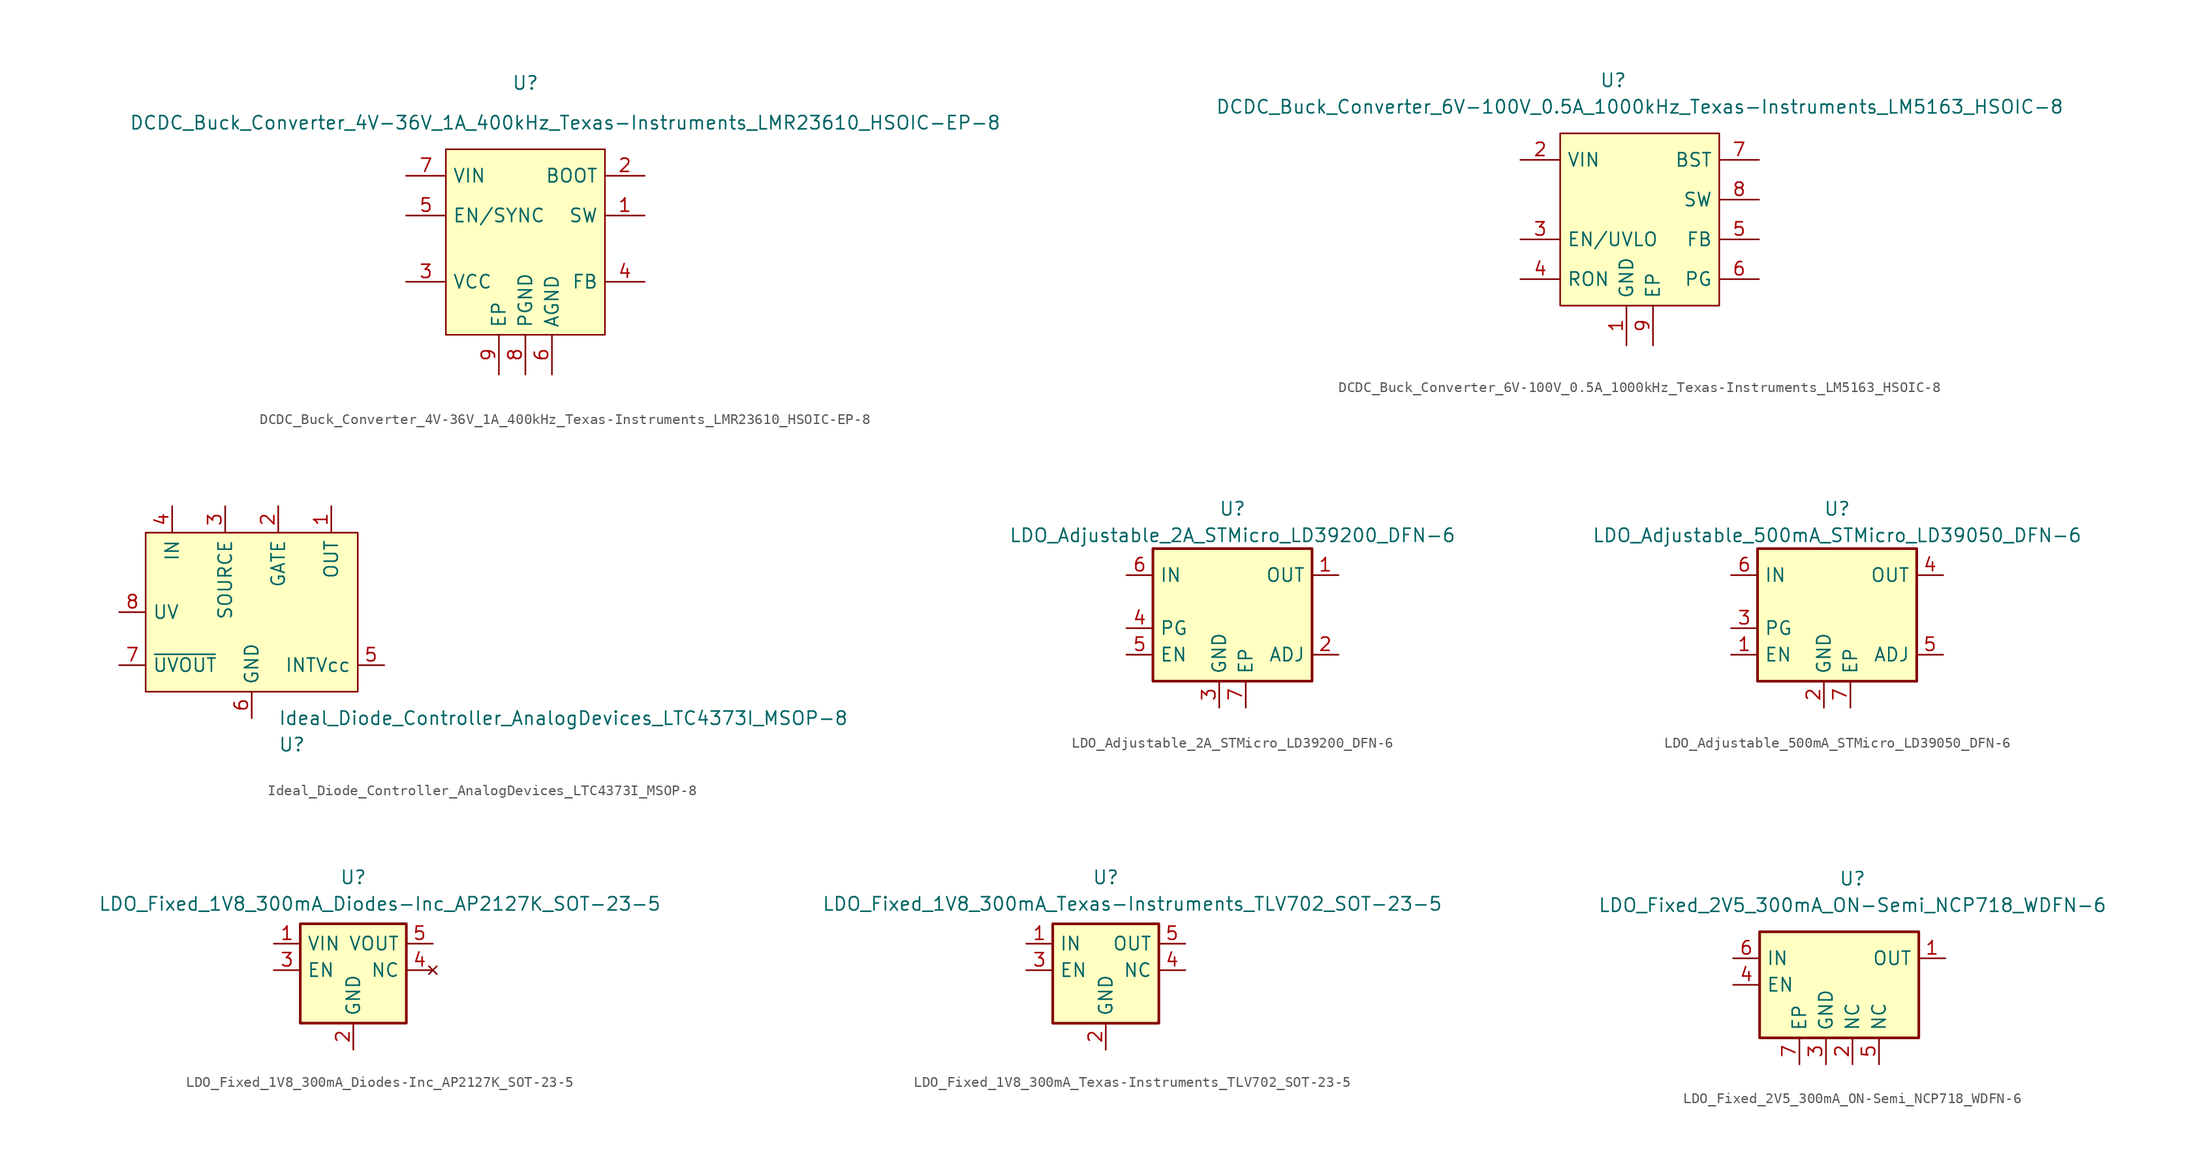
<source format=kicad_sym>
(kicad_symbol_lib
  (version 20220914)
  (generator kicad_symbol_editor)
  (symbol "DCDC_Buck_Converter_4V-36V_1A_400kHz_Texas-Instruments_LMR23610_HSOIC-EP-8"
    (pin_names
      (offset 0.635))
    (property "Reference" "U"
      (at 0 15.24 0)
      (effects (font (size 1.27 1.27))))
    (property "Value" "DCDC_Buck_Converter_4V-36V_1A_400kHz_Texas-Instruments_LMR23610_HSOIC-EP-8"
      (at 3.81 11.43 0)
      (effects (font (size 1.27 1.27))))
    (symbol "DCDC_Buck_Converter_4V-36V_1A_400kHz_Texas-Instruments_LMR23610_HSOIC-EP-8_1_1"
      (rectangle (start -7.62 8.89) (end 7.62 -8.89) (stroke (width 0) (type default)) (fill (type background)))
      (pin output line (at 11.43 2.54 180) (length 3.81) (name "SW" (effects (font (size 1.27 1.27)))) (number "1" (effects (font (size 1.27 1.27)))))
      (pin passive line (at 11.43 6.35 180) (length 3.81) (name "BOOT" (effects (font (size 1.27 1.27)))) (number "2" (effects (font (size 1.27 1.27)))))
      (pin power_out line (at -11.43 -3.81 0) (length 3.81) (name "VCC" (effects (font (size 1.27 1.27)))) (number "3" (effects (font (size 1.27 1.27)))))
      (pin input line (at 11.43 -3.81 180) (length 3.81) (name "FB" (effects (font (size 1.27 1.27)))) (number "4" (effects (font (size 1.27 1.27)))))
      (pin input line (at -11.43 2.54 0) (length 3.81) (name "EN/SYNC" (effects (font (size 1.27 1.27)))) (number "5" (effects (font (size 1.27 1.27)))))
      (pin power_in line (at 2.54 -12.7 90) (length 3.81) (name "AGND" (effects (font (size 1.27 1.27)))) (number "6" (effects (font (size 1.27 1.27)))))
      (pin power_in line (at -11.43 6.35 0) (length 3.81) (name "VIN" (effects (font (size 1.27 1.27)))) (number "7" (effects (font (size 1.27 1.27)))))
      (pin power_in line (at 0 -12.7 90) (length 3.81) (name "PGND" (effects (font (size 1.27 1.27)))) (number "8" (effects (font (size 1.27 1.27)))))
      (pin power_in line (at -2.54 -12.7 90) (length 3.81) (name "EP" (effects (font (size 1.27 1.27)))) (number "9" (effects (font (size 1.27 1.27)))))))
  (symbol "DCDC_Buck_Converter_6V-100V_0.5A_1000kHz_Texas-Instruments_LM5163_HSOIC-8"
    (pin_names
      (offset 0.635))
    (property "Reference" "U"
      (at -2.54 13.97 0)
      (effects (font (size 1.27 1.27))))
    (property "Value" "DCDC_Buck_Converter_6V-100V_0.5A_1000kHz_Texas-Instruments_LM5163_HSOIC-8"
      (at 0 11.43 0)
      (effects (font (size 1.27 1.27))))
    (symbol "DCDC_Buck_Converter_6V-100V_0.5A_1000kHz_Texas-Instruments_LM5163_HSOIC-8_0_0"
      (pin power_in line (at -1.27 -11.43 90) (length 3.81) (name "GND" (effects (font (size 1.27 1.27)))) (number "1" (effects (font (size 1.27 1.27)))))
      (pin power_in line (at -11.43 6.35 0) (length 3.81) (name "VIN" (effects (font (size 1.27 1.27)))) (number "2" (effects (font (size 1.27 1.27)))))
      (pin input line (at -11.43 -1.27 0) (length 3.81) (name "EN/UVLO" (effects (font (size 1.27 1.27)))) (number "3" (effects (font (size 1.27 1.27)))))
      (pin input line (at -11.43 -5.08 0) (length 3.81) (name "RON" (effects (font (size 1.27 1.27)))) (number "4" (effects (font (size 1.27 1.27)))))
      (pin input line (at 11.43 -1.27 180) (length 3.81) (name "FB" (effects (font (size 1.27 1.27)))) (number "5" (effects (font (size 1.27 1.27)))))
      (pin open_collector line (at 11.43 -5.08 180) (length 3.81) (name "PG" (effects (font (size 1.27 1.27)))) (number "6" (effects (font (size 1.27 1.27)))))
      (pin power_out line (at 11.43 6.35 180) (length 3.81) (name "BST" (effects (font (size 1.27 1.27)))) (number "7" (effects (font (size 1.27 1.27)))))
      (pin output line (at 11.43 2.54 180) (length 3.81) (name "SW" (effects (font (size 1.27 1.27)))) (number "8" (effects (font (size 1.27 1.27)))))
      (pin passive line (at 1.27 -11.43 90) (length 3.81) (name "EP" (effects (font (size 1.27 1.27)))) (number "9" (effects (font (size 1.27 1.27))))))
    (symbol "DCDC_Buck_Converter_6V-100V_0.5A_1000kHz_Texas-Instruments_LM5163_HSOIC-8_0_1"
      (rectangle (start -7.62 8.89) (end 7.62 -7.62) (stroke (width 0) (type default)) (fill (type background)))))
  (symbol "Ideal_Diode_Controller_AnalogDevices_LTC4373I_MSOP-8"
    (pin_names
      (offset 0.635))
    (property "Reference" "U"
      (at 2.54 -12.7 0)
      (effects (font (size 1.27 1.27)) (justify left)))
    (property "Value" "Ideal_Diode_Controller_AnalogDevices_LTC4373I_MSOP-8"
      (at 2.54 -10.16 0)
      (effects (font (size 1.27 1.27)) (justify left)))
    (symbol "Ideal_Diode_Controller_AnalogDevices_LTC4373I_MSOP-8_0_0"
      (pin input line (at 7.62 10.16 270) (length 2.54) (name "OUT" (effects (font (size 1.27 1.27)))) (number "1" (effects (font (size 1.27 1.27)))))
      (pin output line (at 2.54 10.16 270) (length 2.54) (name "GATE" (effects (font (size 1.27 1.27)))) (number "2" (effects (font (size 1.27 1.27)))))
      (pin input line (at -2.54 10.16 270) (length 2.54) (name "SOURCE" (effects (font (size 1.27 1.27)))) (number "3" (effects (font (size 1.27 1.27)))))
      (pin power_in line (at -7.62 10.16 270) (length 2.54) (name "IN" (effects (font (size 1.27 1.27)))) (number "4" (effects (font (size 1.27 1.27)))))
      (pin power_out line (at 12.7 -5.08 180) (length 2.54) (name "INTVcc" (effects (font (size 1.27 1.27)))) (number "5" (effects (font (size 1.27 1.27)))))
      (pin power_in line (at 0 -10.16 90) (length 2.54) (name "GND" (effects (font (size 1.27 1.27)))) (number "6" (effects (font (size 1.27 1.27)))))
      (pin open_collector line (at -12.7 -5.08 0) (length 2.54) (name "~{UVOUT}" (effects (font (size 1.27 1.27)))) (number "7" (effects (font (size 1.27 1.27)))))
      (pin input line (at -12.7 0 0) (length 2.54) (name "UV" (effects (font (size 1.27 1.27)))) (number "8" (effects (font (size 1.27 1.27))))))
    (symbol "Ideal_Diode_Controller_AnalogDevices_LTC4373I_MSOP-8_1_1"
      (rectangle (start -10.16 7.62) (end 10.16 -7.62) (stroke (width 0) (type default)) (fill (type background)))))
  (symbol "LDO_Adjustable_2A_STMicro_LD39200_DFN-6"
    (pin_names
      (offset 0.635))
    (property "Reference" "U"
      (at 0 10.16 0)
      (effects (font (size 1.27 1.27))))
    (property "Value" "LDO_Adjustable_2A_STMicro_LD39200_DFN-6"
      (at 0 7.62 0)
      (effects (font (size 1.27 1.27))))
    (symbol "LDO_Adjustable_2A_STMicro_LD39200_DFN-6_0_0"
      (pin output line (at -10.16 -1.27 0) (length 2.54) (name "PG" (effects (font (size 1.27 1.27)))) (number "4" (effects (font (size 1.27 1.27)))))
      (pin power_in line (at 1.27 -8.89 90) (length 2.54) (name "EP" (effects (font (size 1.27 1.27)))) (number "7" (effects (font (size 1.27 1.27))))))
    (symbol "LDO_Adjustable_2A_STMicro_LD39200_DFN-6_0_1"
      (rectangle (start 7.62 -6.35) (end -7.62 6.35) (stroke (width 0.254) (type default)) (fill (type background))))
    (symbol "LDO_Adjustable_2A_STMicro_LD39200_DFN-6_1_1"
      (pin power_out line (at 10.16 3.81 180) (length 2.54) (name "OUT" (effects (font (size 1.27 1.27)))) (number "1" (effects (font (size 1.27 1.27)))))
      (pin input line (at 10.16 -3.81 180) (length 2.54) (name "ADJ" (effects (font (size 1.27 1.27)))) (number "2" (effects (font (size 1.27 1.27)))))
      (pin power_in line (at -1.27 -8.89 90) (length 2.54) (name "GND" (effects (font (size 1.27 1.27)))) (number "3" (effects (font (size 1.27 1.27)))))
      (pin input line (at -10.16 -3.81 0) (length 2.54) (name "EN" (effects (font (size 1.27 1.27)))) (number "5" (effects (font (size 1.27 1.27)))))
      (pin power_in line (at -10.16 3.81 0) (length 2.54) (name "IN" (effects (font (size 1.27 1.27)))) (number "6" (effects (font (size 1.27 1.27)))))))
  (symbol "LDO_Adjustable_500mA_STMicro_LD39050_DFN-6"
    (pin_names
      (offset 0.635))
    (property "Reference" "U"
      (at 0 10.16 0)
      (effects (font (size 1.27 1.27))))
    (property "Value" "LDO_Adjustable_500mA_STMicro_LD39050_DFN-6"
      (at 0 7.62 0)
      (effects (font (size 1.27 1.27))))
    (symbol "LDO_Adjustable_500mA_STMicro_LD39050_DFN-6_0_0"
      (pin output line (at -10.16 -1.27 0) (length 2.54) (name "PG" (effects (font (size 1.27 1.27)))) (number "3" (effects (font (size 1.27 1.27)))))
      (pin power_in line (at 1.27 -8.89 90) (length 2.54) (name "EP" (effects (font (size 1.27 1.27)))) (number "7" (effects (font (size 1.27 1.27))))))
    (symbol "LDO_Adjustable_500mA_STMicro_LD39050_DFN-6_0_1"
      (rectangle (start 7.62 -6.35) (end -7.62 6.35) (stroke (width 0.254) (type default)) (fill (type background))))
    (symbol "LDO_Adjustable_500mA_STMicro_LD39050_DFN-6_1_1"
      (pin input line (at -10.16 -3.81 0) (length 2.54) (name "EN" (effects (font (size 1.27 1.27)))) (number "1" (effects (font (size 1.27 1.27)))))
      (pin power_in line (at -1.27 -8.89 90) (length 2.54) (name "GND" (effects (font (size 1.27 1.27)))) (number "2" (effects (font (size 1.27 1.27)))))
      (pin power_out line (at 10.16 3.81 180) (length 2.54) (name "OUT" (effects (font (size 1.27 1.27)))) (number "4" (effects (font (size 1.27 1.27)))))
      (pin input line (at 10.16 -3.81 180) (length 2.54) (name "ADJ" (effects (font (size 1.27 1.27)))) (number "5" (effects (font (size 1.27 1.27)))))
      (pin power_in line (at -10.16 3.81 0) (length 2.54) (name "IN" (effects (font (size 1.27 1.27)))) (number "6" (effects (font (size 1.27 1.27)))))))
  (symbol "LDO_Fixed_1V8_300mA_Diodes-Inc_AP2127K_SOT-23-5"
    (pin_names
      (offset 0.635))
    (property "Reference" "U"
      (at 0 8.89 0)
      (effects (font (size 1.27 1.27))))
    (property "Value" "LDO_Fixed_1V8_300mA_Diodes-Inc_AP2127K_SOT-23-5"
      (at 2.54 6.35 0)
      (effects (font (size 1.27 1.27))))
    (symbol "LDO_Fixed_1V8_300mA_Diodes-Inc_AP2127K_SOT-23-5_1_1"
      (rectangle (start -5.08 4.445) (end 5.08 -5.08) (stroke (width 0.254) (type default)) (fill (type background)))
      (pin power_in line (at -7.62 2.54 0) (length 2.54) (name "VIN" (effects (font (size 1.27 1.27)))) (number "1" (effects (font (size 1.27 1.27)))))
      (pin power_in line (at 0 -7.62 90) (length 2.54) (name "GND" (effects (font (size 1.27 1.27)))) (number "2" (effects (font (size 1.27 1.27)))))
      (pin input line (at -7.62 0 0) (length 2.54) (name "EN" (effects (font (size 1.27 1.27)))) (number "3" (effects (font (size 1.27 1.27)))))
      (pin no_connect line (at 7.62 0 180) (length 2.54) (name "NC" (effects (font (size 1.27 1.27)))) (number "4" (effects (font (size 1.27 1.27)))))
      (pin power_out line (at 7.62 2.54 180) (length 2.54) (name "VOUT" (effects (font (size 1.27 1.27)))) (number "5" (effects (font (size 1.27 1.27)))))))
  (symbol "LDO_Fixed_1V8_300mA_Texas-Instruments_TLV702_SOT-23-5"
    (pin_names
      (offset 0.635))
    (property "Reference" "U"
      (at 0 8.89 0)
      (effects (font (size 1.27 1.27))))
    (property "Value" "LDO_Fixed_1V8_300mA_Texas-Instruments_TLV702_SOT-23-5"
      (at 2.54 6.35 0)
      (effects (font (size 1.27 1.27))))
    (symbol "LDO_Fixed_1V8_300mA_Texas-Instruments_TLV702_SOT-23-5_1_1"
      (rectangle (start -5.08 4.445) (end 5.08 -5.08) (stroke (width 0.254) (type default)) (fill (type background)))
      (pin power_in line (at -7.62 2.54 0) (length 2.54) (name "IN" (effects (font (size 1.27 1.27)))) (number "1" (effects (font (size 1.27 1.27)))))
      (pin power_in line (at 0 -7.62 90) (length 2.54) (name "GND" (effects (font (size 1.27 1.27)))) (number "2" (effects (font (size 1.27 1.27)))))
      (pin input line (at -7.62 0 0) (length 2.54) (name "EN" (effects (font (size 1.27 1.27)))) (number "3" (effects (font (size 1.27 1.27)))))
      (pin passive line (at 7.62 0 180) (length 2.54) (name "NC" (effects (font (size 1.27 1.27)))) (number "4" (effects (font (size 1.27 1.27)))))
      (pin power_out line (at 7.62 2.54 180) (length 2.54) (name "OUT" (effects (font (size 1.27 1.27)))) (number "5" (effects (font (size 1.27 1.27)))))))
  (symbol "LDO_Fixed_2V5_300mA_ON-Semi_NCP718_WDFN-6"
    (pin_names
      (offset 0.635))
    (property "Reference" "U"
      (at 1.27 10.16 0)
      (effects (font (size 1.27 1.27))))
    (property "Value" "LDO_Fixed_2V5_300mA_ON-Semi_NCP718_WDFN-6"
      (at 1.27 7.62 0)
      (effects (font (size 1.27 1.27))))
    (symbol "LDO_Fixed_2V5_300mA_ON-Semi_NCP718_WDFN-6_0_0"
      (pin passive line (at 3.81 -7.62 90) (length 2.54) (name "NC" (effects (font (size 1.27 1.27)))) (number "5" (effects (font (size 1.27 1.27)))))
      (pin passive line (at -3.81 -7.62 90) (length 2.54) (name "EP" (effects (font (size 1.27 1.27)))) (number "7" (effects (font (size 1.27 1.27))))))
    (symbol "LDO_Fixed_2V5_300mA_ON-Semi_NCP718_WDFN-6_1_1"
      (rectangle (start -7.62 5.08) (end 7.62 -5.08) (stroke (width 0.254) (type default)) (fill (type background)))
      (pin power_out line (at 10.16 2.54 180) (length 2.54) (name "OUT" (effects (font (size 1.27 1.27)))) (number "1" (effects (font (size 1.27 1.27)))))
      (pin passive line (at 1.27 -7.62 90) (length 2.54) (name "NC" (effects (font (size 1.27 1.27)))) (number "2" (effects (font (size 1.27 1.27)))))
      (pin power_in line (at -1.27 -7.62 90) (length 2.54) (name "GND" (effects (font (size 1.27 1.27)))) (number "3" (effects (font (size 1.27 1.27)))))
      (pin input line (at -10.16 0 0) (length 2.54) (name "EN" (effects (font (size 1.27 1.27)))) (number "4" (effects (font (size 1.27 1.27)))))
      (pin power_in line (at -10.16 2.54 0) (length 2.54) (name "IN" (effects (font (size 1.27 1.27)))) (number "6" (effects (font (size 1.27 1.27))))))))
</source>
